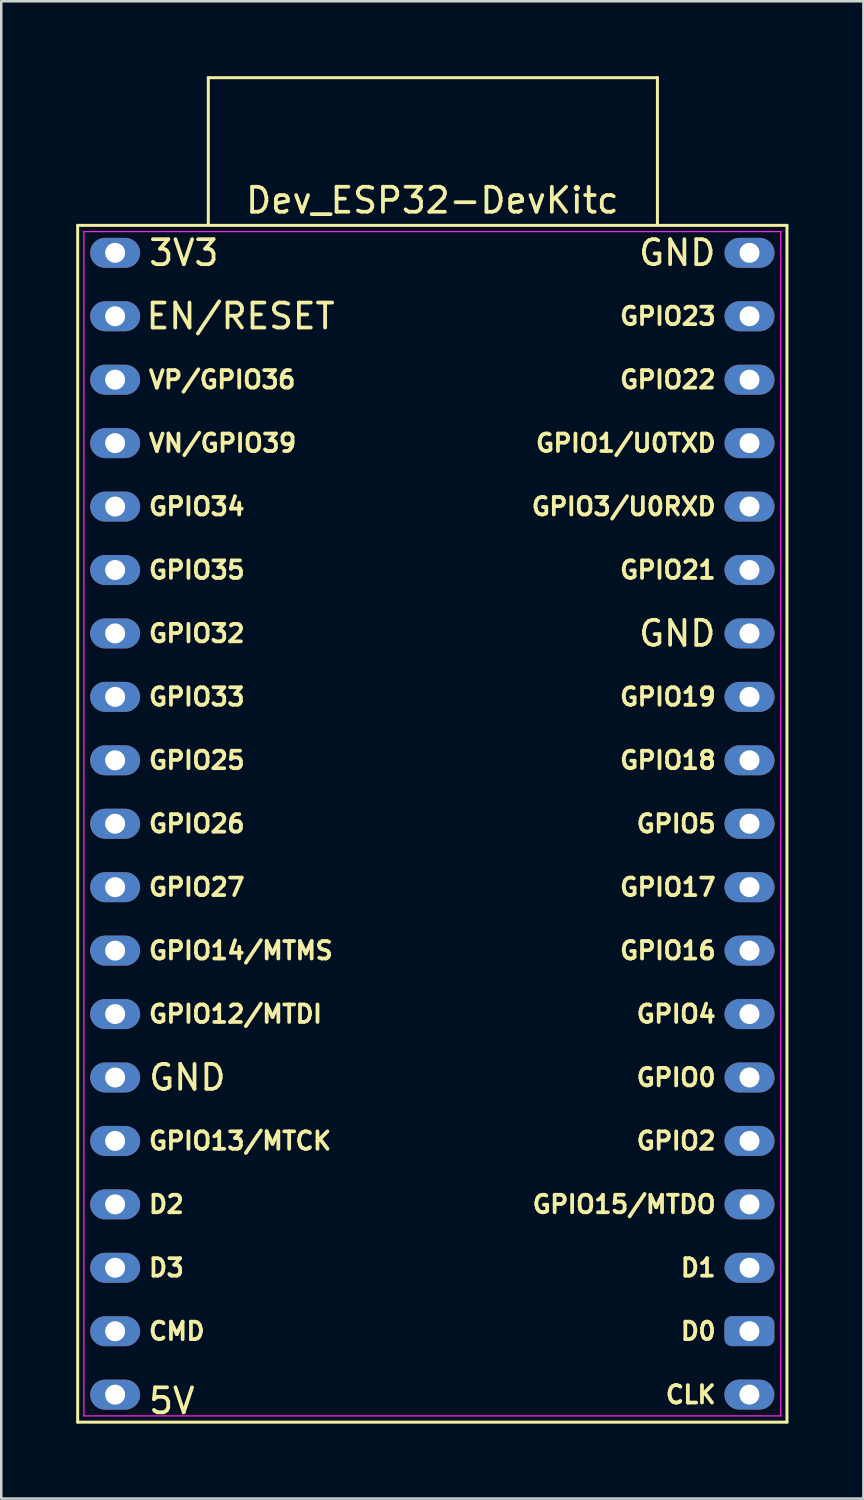
<source format=kicad_pcb>
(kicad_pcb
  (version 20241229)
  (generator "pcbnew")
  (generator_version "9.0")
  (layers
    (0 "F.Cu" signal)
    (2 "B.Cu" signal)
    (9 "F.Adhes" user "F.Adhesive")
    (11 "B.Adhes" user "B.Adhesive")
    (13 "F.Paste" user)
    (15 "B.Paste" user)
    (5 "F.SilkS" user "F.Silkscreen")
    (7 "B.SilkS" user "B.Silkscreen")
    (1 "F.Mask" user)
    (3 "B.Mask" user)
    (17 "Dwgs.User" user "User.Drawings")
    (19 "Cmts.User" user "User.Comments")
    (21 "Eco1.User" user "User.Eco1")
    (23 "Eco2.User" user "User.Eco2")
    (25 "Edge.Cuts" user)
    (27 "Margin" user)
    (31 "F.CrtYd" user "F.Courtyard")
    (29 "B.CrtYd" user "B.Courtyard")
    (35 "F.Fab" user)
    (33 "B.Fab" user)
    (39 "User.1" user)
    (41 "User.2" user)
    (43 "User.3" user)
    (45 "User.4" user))
  (footprint "Dev_ESP32-DevKitc"
    (layer "F.Cu")
    (at 1.556 7.07)
    (property "Reference" "Dev_ESP32-DevKitc" (at 12.704 -2.097 0) (layer "F.SilkS") (effects (font (size 1 1) (thickness 0.15))))
    (attr through_hole)
    (fp_line (start -1.496 46.823) (end 26.904 46.823) (stroke (width 0.12) (type solid)) (layer "F.SilkS"))
    (fp_line (start -1.496 -1.097) (end -1.496 46.823) (stroke (width 0.12) (type solid)) (layer "F.SilkS"))
    (fp_line (start 3.734 -7.01) (end 21.717 -7.01) (stroke (width 0.12) (type solid)) (layer "F.SilkS"))
    (fp_line (start 3.734 -1.118) (end 3.734 -7.01) (stroke (width 0.12) (type solid)) (layer "F.SilkS"))
    (fp_line (start 21.717 -7.01) (end 21.717 -1.118) (stroke (width 0.12) (type solid)) (layer "F.SilkS"))
    (fp_line (start 26.904 46.823) (end 26.904 -1.097) (stroke (width 0.12) (type solid)) (layer "F.SilkS"))
    (fp_line (start 26.904 -1.097) (end -1.496 -1.097) (stroke (width 0.12) (type solid)) (layer "F.SilkS"))
    (fp_line (start -1.246 -0.847) (end 26.654 -0.847) (stroke (width 0.05) (type solid)) (layer "F.CrtYd"))
    (fp_line (start -1.246 46.573) (end -1.246 -0.847) (stroke (width 0.05) (type solid)) (layer "F.CrtYd"))
    (fp_line (start 26.654 -0.847) (end 26.654 46.573) (stroke (width 0.05) (type solid)) (layer "F.CrtYd"))
    (fp_line (start 26.654 46.573) (end -1.246 46.573) (stroke (width 0.05) (type solid)) (layer "F.CrtYd"))
    (fp_text user "GPIO23" (at 24.134 2.543 0) (unlocked yes) (layer "F.SilkS") (effects (font (size 0.7 0.7) (thickness 0.15)) (justify right)))
    (fp_text user "GPIO16" (at 24.134 27.943 0) (unlocked yes) (layer "F.SilkS") (effects (font (size 0.7 0.7) (thickness 0.15)) (justify right)))
    (fp_text user "GPIO25" (at 1.274 20.323 0) (unlocked yes) (layer "F.SilkS") (effects (font (size 0.7 0.7) (thickness 0.15)) (justify left)))
    (fp_text user "GPIO13/MTCK" (at 1.274 35.563 0) (unlocked yes) (layer "F.SilkS") (effects (font (size 0.7 0.7) (thickness 0.15)) (justify left)))
    (fp_text user "GPIO0" (at 24.134 33.023 0) (unlocked yes) (layer "F.SilkS") (effects (font (size 0.7 0.7) (thickness 0.15)) (justify right)))
    (fp_text user "VN/GPIO39" (at 1.274 7.623 0) (unlocked yes) (layer "F.SilkS") (effects (font (size 0.7 0.7) (thickness 0.15)) (justify left)))
    (fp_text user "GPIO32" (at 1.274 15.243 0) (unlocked yes) (layer "F.SilkS") (effects (font (size 0.7 0.7) (thickness 0.15)) (justify left)))
    (fp_text user "D0" (at 24.134 43.183 0) (unlocked yes) (layer "F.SilkS") (effects (font (size 0.7 0.7) (thickness 0.15)) (justify right)))
    (fp_text user "GPIO2" (at 24.134 35.563 0) (unlocked yes) (layer "F.SilkS") (effects (font (size 0.7 0.7) (thickness 0.15)) (justify right)))
    (fp_text user "GPIO33" (at 1.274 17.783 0) (unlocked yes) (layer "F.SilkS") (effects (font (size 0.7 0.7) (thickness 0.15)) (justify left)))
    (fp_text user "5V" (at 1.27 45.974 0) (unlocked yes) (layer "F.SilkS") (effects (font (size 1 1) (thickness 0.15)) (justify left)))
    (fp_text user "GPIO14/MTMS" (at 1.274 27.943 0) (unlocked yes) (layer "F.SilkS") (effects (font (size 0.7 0.7) (thickness 0.15)) (justify left)))
    (fp_text user "GPIO22" (at 24.134 5.083 0) (unlocked yes) (layer "F.SilkS") (effects (font (size 0.7 0.7) (thickness 0.15)) (justify right)))
    (fp_text user "GPIO19" (at 24.134 17.783 0) (unlocked yes) (layer "F.SilkS") (effects (font (size 0.7 0.7) (thickness 0.15)) (justify right)))
    (fp_text user "3V3" (at 1.274 0.003 0) (unlocked yes) (layer "F.SilkS") (effects (font (size 1 1) (thickness 0.15)) (justify left)))
    (fp_text user "GPIO15/MTDO" (at 24.134 38.103 0) (unlocked yes) (layer "F.SilkS") (effects (font (size 0.7 0.7) (thickness 0.15)) (justify right)))
    (fp_text user "D1" (at 24.134 40.643 0) (unlocked yes) (layer "F.SilkS") (effects (font (size 0.7 0.7) (thickness 0.15)) (justify right)))
    (fp_text user "GPIO35" (at 1.274 12.703 0) (unlocked yes) (layer "F.SilkS") (effects (font (size 0.7 0.7) (thickness 0.15)) (justify left)))
    (fp_text user "GPIO27" (at 1.274 25.403 0) (unlocked yes) (layer "F.SilkS") (effects (font (size 0.7 0.7) (thickness 0.15)) (justify left)))
    (fp_text user "CMD" (at 1.274 43.183 0) (unlocked yes) (layer "F.SilkS") (effects (font (size 0.7 0.7) (thickness 0.15)) (justify left)))
    (fp_text user "VP/GPIO36" (at 1.274 5.083 0) (unlocked yes) (layer "F.SilkS") (effects (font (size 0.7 0.7) (thickness 0.15)) (justify left)))
    (fp_text user "D3" (at 1.274 40.643 0) (unlocked yes) (layer "F.SilkS") (effects (font (size 0.7 0.7) (thickness 0.15)) (justify left)))
    (fp_text user "GPIO26" (at 1.274 22.863 0) (unlocked yes) (layer "F.SilkS") (effects (font (size 0.7 0.7) (thickness 0.15)) (justify left)))
    (fp_text user "GND" (at 24.134 15.243 0) (unlocked yes) (layer "F.SilkS") (effects (font (size 1 1) (thickness 0.15)) (justify right)))
    (fp_text user "GPIO21" (at 24.134 12.703 0) (unlocked yes) (layer "F.SilkS") (effects (font (size 0.7 0.7) (thickness 0.15)) (justify right)))
    (fp_text user "CLK" (at 24.134 45.723 0) (unlocked yes) (layer "F.SilkS") (effects (font (size 0.7 0.7) (thickness 0.15)) (justify right)))
    (fp_text user "GND" (at 24.134 0.003 0) (unlocked yes) (layer "F.SilkS") (effects (font (size 1 1) (thickness 0.15)) (justify right)))
    (fp_text user "EN/RESET" (at 8.89 2.54 0) (unlocked yes) (layer "F.SilkS") (effects (font (size 1 1) (thickness 0.15)) (justify right)))
    (fp_text user "GPIO1/U0TXD" (at 24.134 7.623 0) (unlocked yes) (layer "F.SilkS") (effects (font (size 0.7 0.7) (thickness 0.15)) (justify right)))
    (fp_text user "GPIO3/U0RXD" (at 24.134 10.163 0) (unlocked yes) (layer "F.SilkS") (effects (font (size 0.7 0.7) (thickness 0.15)) (justify right)))
    (fp_text user "GPIO34" (at 1.274 10.163 0) (unlocked yes) (layer "F.SilkS") (effects (font (size 0.7 0.7) (thickness 0.15)) (justify left)))
    (fp_text user "GPIO12/MTDI" (at 1.274 30.483 0) (unlocked yes) (layer "F.SilkS") (effects (font (size 0.7 0.7) (thickness 0.15)) (justify left)))
    (fp_text user "GPIO18" (at 24.134 20.323 0) (unlocked yes) (layer "F.SilkS") (effects (font (size 0.7 0.7) (thickness 0.15)) (justify right)))
    (fp_text user "GPIO4" (at 24.134 30.483 0) (unlocked yes) (layer "F.SilkS") (effects (font (size 0.7 0.7) (thickness 0.15)) (justify right)))
    (fp_text user "GPIO17" (at 24.134 25.403 0) (unlocked yes) (layer "F.SilkS") (effects (font (size 0.7 0.7) (thickness 0.15)) (justify right)))
    (fp_text user "D2" (at 1.274 38.103 0) (unlocked yes) (layer "F.SilkS") (effects (font (size 0.7 0.7) (thickness 0.15)) (justify left)))
    (fp_text user "GND" (at 1.274 33.023 0) (unlocked yes) (layer "F.SilkS") (effects (font (size 1 1) (thickness 0.15)) (justify left)))
    (fp_text user "GPIO5" (at 24.134 22.863 0) (unlocked yes) (layer "F.SilkS") (effects (font (size 0.7 0.7) (thickness 0.15)) (justify right)))
    (pad "1" thru_hole oval (at 0.004 0.003 270) (size 1.2 2) (drill 0.8) (layers "*.Cu" "*.Mask"))
    (pad "2" thru_hole oval (at 0.004 2.543 270) (size 1.2 2) (drill 0.8) (layers "*.Cu" "*.Mask"))
    (pad "3" thru_hole oval (at 0.004 5.083 270) (size 1.2 2) (drill 0.8) (layers "*.Cu" "*.Mask"))
    (pad "4" thru_hole oval (at 0.004 7.623 270) (size 1.2 2) (drill 0.8) (layers "*.Cu" "*.Mask"))
    (pad "5" thru_hole oval (at 0.004 10.163 270) (size 1.2 2) (drill 0.8) (layers "*.Cu" "*.Mask"))
    (pad "6" thru_hole oval (at 0.004 12.703 270) (size 1.2 2) (drill 0.8) (layers "*.Cu" "*.Mask"))
    (pad "7" thru_hole oval (at 0.004 15.243 270) (size 1.2 2) (drill 0.8) (layers "*.Cu" "*.Mask"))
    (pad "8" thru_hole oval (at 0.004 17.783 270) (size 1.2 2) (drill 0.8) (layers "*.Cu" "*.Mask"))
    (pad "9" thru_hole oval (at 0.004 20.323 270) (size 1.2 2) (drill 0.8) (layers "*.Cu" "*.Mask"))
    (pad "10" thru_hole oval (at 0.004 22.863 270) (size 1.2 2) (drill 0.8) (layers "*.Cu" "*.Mask"))
    (pad "11" thru_hole oval (at 0.004 25.403 270) (size 1.2 2) (drill 0.8) (layers "*.Cu" "*.Mask"))
    (pad "12" thru_hole oval (at 0.004 27.943 270) (size 1.2 2) (drill 0.8) (layers "*.Cu" "*.Mask"))
    (pad "13" thru_hole oval (at 0.004 30.483 270) (size 1.2 2) (drill 0.8) (layers "*.Cu" "*.Mask"))
    (pad "14" thru_hole oval (at 0.004 33.023 270) (size 1.2 2) (drill 0.8) (layers "*.Cu" "*.Mask"))
    (pad "15" thru_hole oval (at 0.004 35.563 270) (size 1.2 2) (drill 0.8) (layers "*.Cu" "*.Mask"))
    (pad "16" thru_hole oval (at 0.004 38.103 270) (size 1.2 2) (drill 0.8) (layers "*.Cu" "*.Mask"))
    (pad "17" thru_hole oval (at 0.004 40.643 270) (size 1.2 2) (drill 0.8) (layers "*.Cu" "*.Mask"))
    (pad "18" thru_hole oval (at 0.004 43.183 270) (size 1.2 2) (drill 0.8) (layers "*.Cu" "*.Mask"))
    (pad "19" thru_hole oval (at 0.004 45.723 270) (size 1.2 2) (drill 0.8) (layers "*.Cu" "*.Mask"))
    (pad "20" thru_hole oval (at 25.4 45.72 270) (size 1.2 2) (drill 0.8) (layers "*.Cu" "*.Mask"))
    (pad "21" thru_hole roundrect (at 25.4 43.18 270) (size 1.2 2) (drill 0.8) (layers "*.Cu" "*.Mask") (roundrect_rratio 0.25))
    (pad "22" thru_hole oval (at 25.404 40.643 270) (size 1.2 2) (drill 0.8) (layers "*.Cu" "*.Mask"))
    (pad "23" thru_hole oval (at 25.404 38.103 270) (size 1.2 2) (drill 0.8) (layers "*.Cu" "*.Mask"))
    (pad "24" thru_hole oval (at 25.404 35.563 270) (size 1.2 2) (drill 0.8) (layers "*.Cu" "*.Mask"))
    (pad "25" thru_hole oval (at 25.404 33.023 270) (size 1.2 2) (drill 0.8) (layers "*.Cu" "*.Mask"))
    (pad "26" thru_hole oval (at 25.404 30.483 270) (size 1.2 2) (drill 0.8) (layers "*.Cu" "*.Mask"))
    (pad "27" thru_hole oval (at 25.404 27.943 270) (size 1.2 2) (drill 0.8) (layers "*.Cu" "*.Mask"))
    (pad "28" thru_hole oval (at 25.404 25.403 270) (size 1.2 2) (drill 0.8) (layers "*.Cu" "*.Mask"))
    (pad "29" thru_hole oval (at 25.404 22.863 270) (size 1.2 2) (drill 0.8) (layers "*.Cu" "*.Mask"))
    (pad "30" thru_hole oval (at 25.404 20.323 270) (size 1.2 2) (drill 0.8) (layers "*.Cu" "*.Mask"))
    (pad "31" thru_hole oval (at 25.404 17.783 270) (size 1.2 2) (drill 0.8) (layers "*.Cu" "*.Mask"))
    (pad "32" thru_hole oval (at 25.404 15.243 270) (size 1.2 2) (drill 0.8) (layers "*.Cu" "*.Mask"))
    (pad "33" thru_hole oval (at 25.404 12.703 270) (size 1.2 2) (drill 0.8) (layers "*.Cu" "*.Mask"))
    (pad "34" thru_hole oval (at 25.404 10.163 270) (size 1.2 2) (drill 0.8) (layers "*.Cu" "*.Mask"))
    (pad "35" thru_hole oval (at 25.404 7.623 270) (size 1.2 2) (drill 0.8) (layers "*.Cu" "*.Mask"))
    (pad "36" thru_hole oval (at 25.404 5.083 270) (size 1.2 2) (drill 0.8) (layers "*.Cu" "*.Mask"))
    (pad "37" thru_hole oval (at 25.404 2.543 270) (size 1.2 2) (drill 0.8) (layers "*.Cu" "*.Mask"))
    (pad "38" thru_hole oval (at 25.404 0.003 270) (size 1.2 2) (drill 0.8) (layers "*.Cu" "*.Mask")))
  (gr_rect
    (start -3 -3)
    (end 31.52 56.953)
    (stroke (width 0.1) (type default))
    (fill no)
    (layer "Edge.Cuts")))
</source>
